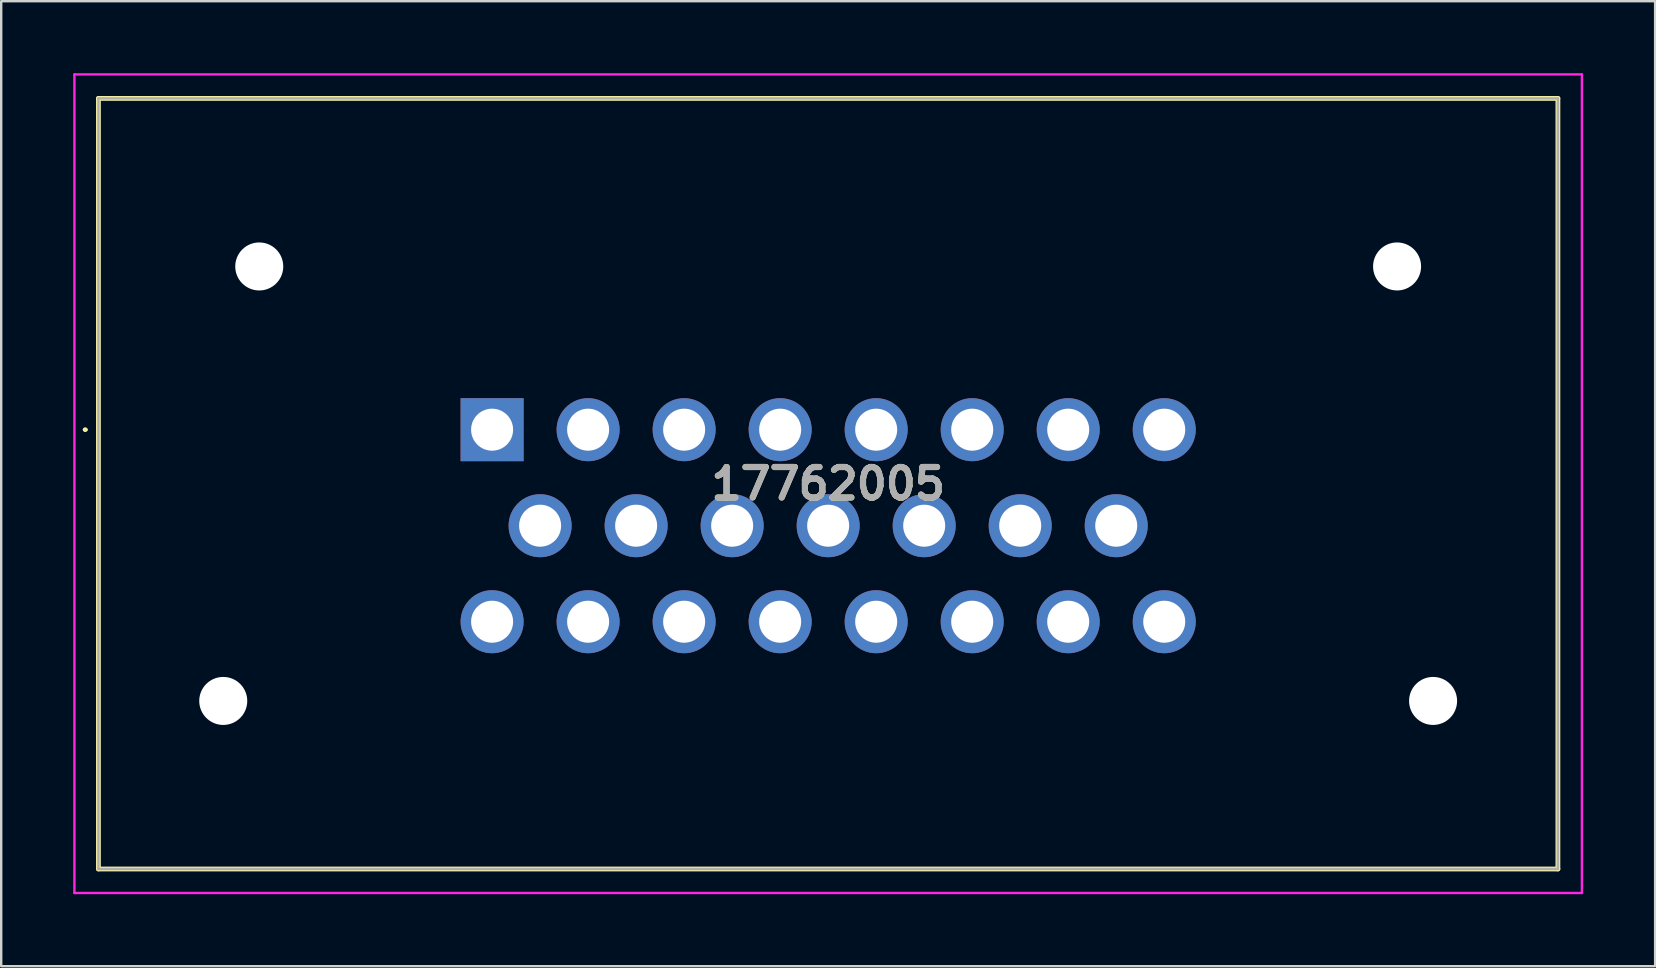
<source format=kicad_pcb>
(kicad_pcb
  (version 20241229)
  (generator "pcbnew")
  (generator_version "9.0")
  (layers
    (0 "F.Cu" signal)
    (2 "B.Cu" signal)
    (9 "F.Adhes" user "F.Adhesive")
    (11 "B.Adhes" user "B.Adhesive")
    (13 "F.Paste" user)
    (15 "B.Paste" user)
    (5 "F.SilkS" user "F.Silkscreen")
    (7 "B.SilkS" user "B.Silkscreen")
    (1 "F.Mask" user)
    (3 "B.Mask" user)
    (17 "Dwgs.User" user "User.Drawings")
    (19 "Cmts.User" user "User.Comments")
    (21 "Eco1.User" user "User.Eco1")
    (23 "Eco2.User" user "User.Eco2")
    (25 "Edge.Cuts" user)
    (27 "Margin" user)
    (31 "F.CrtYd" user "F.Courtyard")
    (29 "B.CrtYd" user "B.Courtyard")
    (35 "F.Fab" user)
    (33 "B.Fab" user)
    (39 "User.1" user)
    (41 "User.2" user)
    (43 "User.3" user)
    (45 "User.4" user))
  (footprint "17762005"
    (layer "F.Cu")
    (at 17.45 14.85)
    (property "Reference" "17762005" (at 14 2.25 0) (layer "F.SilkS") (effects (font (size 1.27 1.27) (thickness 0.254))))
    (attr through_hole)
    (fp_line (start -17 0) (end -17 0) (stroke (width 0.1) (type solid)) (layer "F.SilkS"))
    (fp_line (start -16.9 0) (end -16.9 0) (stroke (width 0.1) (type solid)) (layer "F.SilkS"))
    (fp_line (start -16.4 -13.8) (end -16.4 18.3) (stroke (width 0.2) (type solid)) (layer "F.SilkS"))
    (fp_line (start -16.4 18.3) (end 44.4 18.3) (stroke (width 0.2) (type solid)) (layer "F.SilkS"))
    (fp_line (start 44.4 -13.8) (end -16.4 -13.8) (stroke (width 0.2) (type solid)) (layer "F.SilkS"))
    (fp_line (start 44.4 18.3) (end 44.4 -13.8) (stroke (width 0.2) (type solid)) (layer "F.SilkS"))
    (fp_arc (start -17 0) (mid -16.95 -0.05) (end -16.9 0) (stroke (width 0.1) (type solid)) (layer "F.SilkS"))
    (fp_arc (start -16.9 0) (mid -16.95 0.05) (end -17 0) (stroke (width 0.1) (type solid)) (layer "F.SilkS"))
    (fp_line (start -17.4 -14.8) (end 45.4 -14.8) (stroke (width 0.1) (type solid)) (layer "F.CrtYd"))
    (fp_line (start -17.4 19.3) (end -17.4 -14.8) (stroke (width 0.1) (type solid)) (layer "F.CrtYd"))
    (fp_line (start 45.4 -14.8) (end 45.4 19.3) (stroke (width 0.1) (type solid)) (layer "F.CrtYd"))
    (fp_line (start 45.4 19.3) (end -17.4 19.3) (stroke (width 0.1) (type solid)) (layer "F.CrtYd"))
    (fp_line (start -16.4 -13.8) (end -16.4 18.3) (stroke (width 0.1) (type solid)) (layer "F.Fab"))
    (fp_line (start -16.4 18.3) (end 44.4 18.3) (stroke (width 0.1) (type solid)) (layer "F.Fab"))
    (fp_line (start 44.4 -13.8) (end -16.4 -13.8) (stroke (width 0.1) (type solid)) (layer "F.Fab"))
    (fp_line (start 44.4 18.3) (end 44.4 -13.8) (stroke (width 0.1) (type solid)) (layer "F.Fab"))
    (fp_text user "${REFERENCE}" (at 14 2.25 0) (layer "F.Fab") (effects (font (size 1.27 1.27) (thickness 0.254))))
    (pad "" np_thru_hole circle (at -11.2 11.3) (size 2 2) (drill 2) (layers "*.Cu" "*.Mask"))
    (pad "" np_thru_hole circle (at -9.7 -6.8) (size 2 2) (drill 2) (layers "*.Cu" "*.Mask"))
    (pad "" np_thru_hole circle (at 37.7 -6.8) (size 2 2) (drill 2) (layers "*.Cu" "*.Mask"))
    (pad "" np_thru_hole circle (at 39.2 11.3) (size 2 2) (drill 2) (layers "*.Cu" "*.Mask"))
    (pad "1" thru_hole rect (at 0 0) (size 2.625 2.625) (drill 1.75) (layers "*.Cu" "*.Mask"))
    (pad "2" thru_hole circle (at 4 0) (size 2.625 2.625) (drill 1.75) (layers "*.Cu" "*.Mask"))
    (pad "3" thru_hole circle (at 8 0) (size 2.625 2.625) (drill 1.75) (layers "*.Cu" "*.Mask"))
    (pad "4" thru_hole circle (at 12 0) (size 2.625 2.625) (drill 1.75) (layers "*.Cu" "*.Mask"))
    (pad "5" thru_hole circle (at 16 0) (size 2.625 2.625) (drill 1.75) (layers "*.Cu" "*.Mask"))
    (pad "6" thru_hole circle (at 20 0) (size 2.625 2.625) (drill 1.75) (layers "*.Cu" "*.Mask"))
    (pad "7" thru_hole circle (at 24 0) (size 2.625 2.625) (drill 1.75) (layers "*.Cu" "*.Mask"))
    (pad "8" thru_hole circle (at 28 0) (size 2.625 2.625) (drill 1.75) (layers "*.Cu" "*.Mask"))
    (pad "9" thru_hole circle (at 2 4) (size 2.625 2.625) (drill 1.75) (layers "*.Cu" "*.Mask"))
    (pad "10" thru_hole circle (at 6 4) (size 2.625 2.625) (drill 1.75) (layers "*.Cu" "*.Mask"))
    (pad "11" thru_hole circle (at 10 4) (size 2.625 2.625) (drill 1.75) (layers "*.Cu" "*.Mask"))
    (pad "12" thru_hole circle (at 14 4) (size 2.625 2.625) (drill 1.75) (layers "*.Cu" "*.Mask"))
    (pad "13" thru_hole circle (at 18 4) (size 2.625 2.625) (drill 1.75) (layers "*.Cu" "*.Mask"))
    (pad "14" thru_hole circle (at 22 4) (size 2.625 2.625) (drill 1.75) (layers "*.Cu" "*.Mask"))
    (pad "15" thru_hole circle (at 26 4) (size 2.625 2.625) (drill 1.75) (layers "*.Cu" "*.Mask"))
    (pad "16" thru_hole circle (at 0 8) (size 2.625 2.625) (drill 1.75) (layers "*.Cu" "*.Mask"))
    (pad "17" thru_hole circle (at 4 8) (size 2.625 2.625) (drill 1.75) (layers "*.Cu" "*.Mask"))
    (pad "18" thru_hole circle (at 8 8) (size 2.625 2.625) (drill 1.75) (layers "*.Cu" "*.Mask"))
    (pad "19" thru_hole circle (at 12 8) (size 2.625 2.625) (drill 1.75) (layers "*.Cu" "*.Mask"))
    (pad "20" thru_hole circle (at 16 8) (size 2.625 2.625) (drill 1.75) (layers "*.Cu" "*.Mask"))
    (pad "21" thru_hole circle (at 20 8) (size 2.625 2.625) (drill 1.75) (layers "*.Cu" "*.Mask"))
    (pad "22" thru_hole circle (at 24 8) (size 2.625 2.625) (drill 1.75) (layers "*.Cu" "*.Mask"))
    (pad "23" thru_hole circle (at 28 8) (size 2.625 2.625) (drill 1.75) (layers "*.Cu" "*.Mask")))
  (gr_rect
    (start -3 -3)
    (end 65.9 37.2)
    (stroke (width 0.1) (type default))
    (fill no)
    (layer "Edge.Cuts")))
</source>
